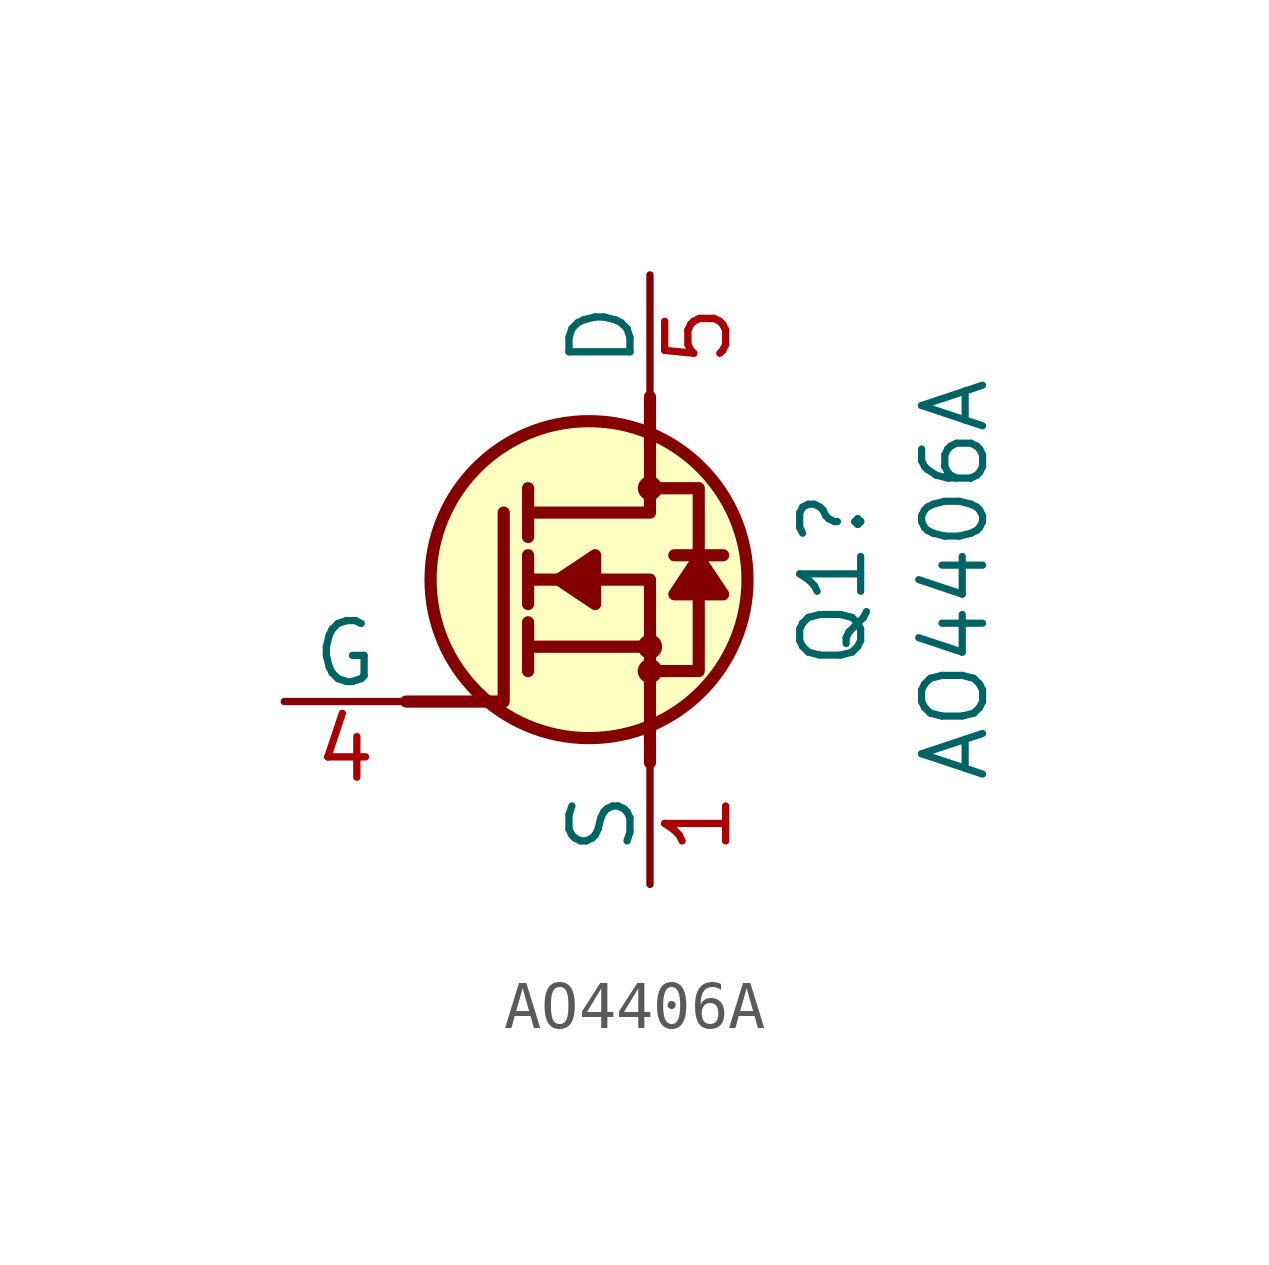
<source format=kicad_sym>
(kicad_symbol_lib
  (version 20241209)
  (generator "kicad_symbol_editor")
  (generator_version "9.0")
  (symbol "AO4406A"
    (pin_names
      (offset 0))
    (property "Reference" "Q1"
      (at 10.16 2.54 90)
      (effects (font (size 1.27 1.27) (thickness 0.15))))
    (property "MPN" "AO4406A"
      (at 12.7 2.54 90)
      (effects (font (size 1.27 1.27) (thickness 0.15) (color 0 100 100 1))))
    (symbol "AO4406A_1_1"
      (polyline (pts (xy 1.27 0) (xy 3.302 0) (xy 3.302 3.937)) (stroke (width 0.254) (type default)) (fill (type none)))
      (polyline (pts (xy 3.81 4.445) (xy 3.81 3.429)) (stroke (width 0.254) (type default)) (fill (type background)))
      (polyline (pts (xy 3.81 2.54) (xy 3.81 3.048)) (stroke (width 0.254) (type default)) (fill (type background)))
      (polyline (pts (xy 3.81 2.54) (xy 3.81 2.032)) (stroke (width 0.254) (type default)) (fill (type background)))
      (polyline (pts (xy 3.81 1.143) (xy 3.81 1.651)) (stroke (width 0.254) (type default)) (fill (type background)))
      (polyline (pts (xy 3.81 1.143) (xy 3.81 0.635)) (stroke (width 0.254) (type default)) (fill (type background)))
      (polyline (pts (xy 4.445 2.54) (xy 5.207 2.032) (xy 5.207 3.048) (xy 4.445 2.54)) (stroke (width 0.254) (type default)) (fill (type outline)))
      (circle (center 5.08 2.54) (radius 3.302) (stroke (width 0.254) (type default)) (fill (type background)))
      (polyline (pts (xy 6.223 0.635) (xy 7.366 0.635) (xy 7.366 3.937) (xy 7.366 4.445) (xy 6.223 4.445)) (stroke (width 0.254) (type default)) (fill (type background)))
      (polyline (pts (xy 6.35 6.35) (xy 6.35 3.937) (xy 3.81 3.937)) (stroke (width 0.254) (type default)) (fill (type none)))
      (circle (center 6.35 4.445) (radius 0.127) (stroke (width 0.254) (type default)) (fill (type background)))
      (polyline (pts (xy 6.35 1.143) (xy 3.81 1.143)) (stroke (width 0.254) (type default)) (fill (type background)))
      (circle (center 6.35 1.143) (radius 0.127) (stroke (width 0.254) (type default)) (fill (type background)))
      (circle (center 6.35 0.635) (radius 0.127) (stroke (width 0.254) (type default)) (fill (type background)))
      (polyline (pts (xy 6.35 -1.27) (xy 6.35 2.54) (xy 3.81 2.54)) (stroke (width 0.254) (type default)) (fill (type none)))
      (polyline (pts (xy 6.858 3.048) (xy 7.874 3.048)) (stroke (width 0.254) (type default)) (fill (type background)))
      (polyline (pts (xy 7.366 2.997) (xy 7.874 2.235) (xy 6.858 2.235) (xy 7.366 2.997)) (stroke (width 0.254) (type default)) (fill (type outline)))
      (pin input line (at -1.27 0 0) (length 2.54) (name "G" (effects (font (size 1.27 1.27)))) (number "4" (effects (font (size 1.27 1.27)))))
      (pin passive line (at 6.35 8.89 270) (length 2.54) (name "D" (effects (font (size 1.27 1.27)))) (number "5" (effects (font (size 1.27 1.27)))))
      (pin passive line (at 6.35 8.89 270) (length 2.54) (hide yes) (name "D" (effects (font (size 1.27 1.27)))) (number "6" (effects (font (size 1.27 1.27)))))
      (pin passive line (at 6.35 8.89 270) (length 2.54) (hide yes) (name "D" (effects (font (size 1.27 1.27)))) (number "7" (effects (font (size 1.27 1.27)))))
      (pin passive line (at 6.35 8.89 270) (length 2.54) (hide yes) (name "D" (effects (font (size 1.27 1.27)))) (number "8" (effects (font (size 1.27 1.27)))))
      (pin passive line (at 6.35 -3.81 90) (length 2.54) (name "S" (effects (font (size 1.27 1.27)))) (number "1" (effects (font (size 1.27 1.27)))))
      (pin passive line (at 6.35 -3.81 90) (length 2.54) (hide yes) (name "S" (effects (font (size 1.27 1.27)))) (number "2" (effects (font (size 1.27 1.27)))))
      (pin passive line (at 6.35 -3.81 90) (length 2.54) (hide yes) (name "S" (effects (font (size 1.27 1.27)))) (number "3" (effects (font (size 1.27 1.27))))))))
</source>
